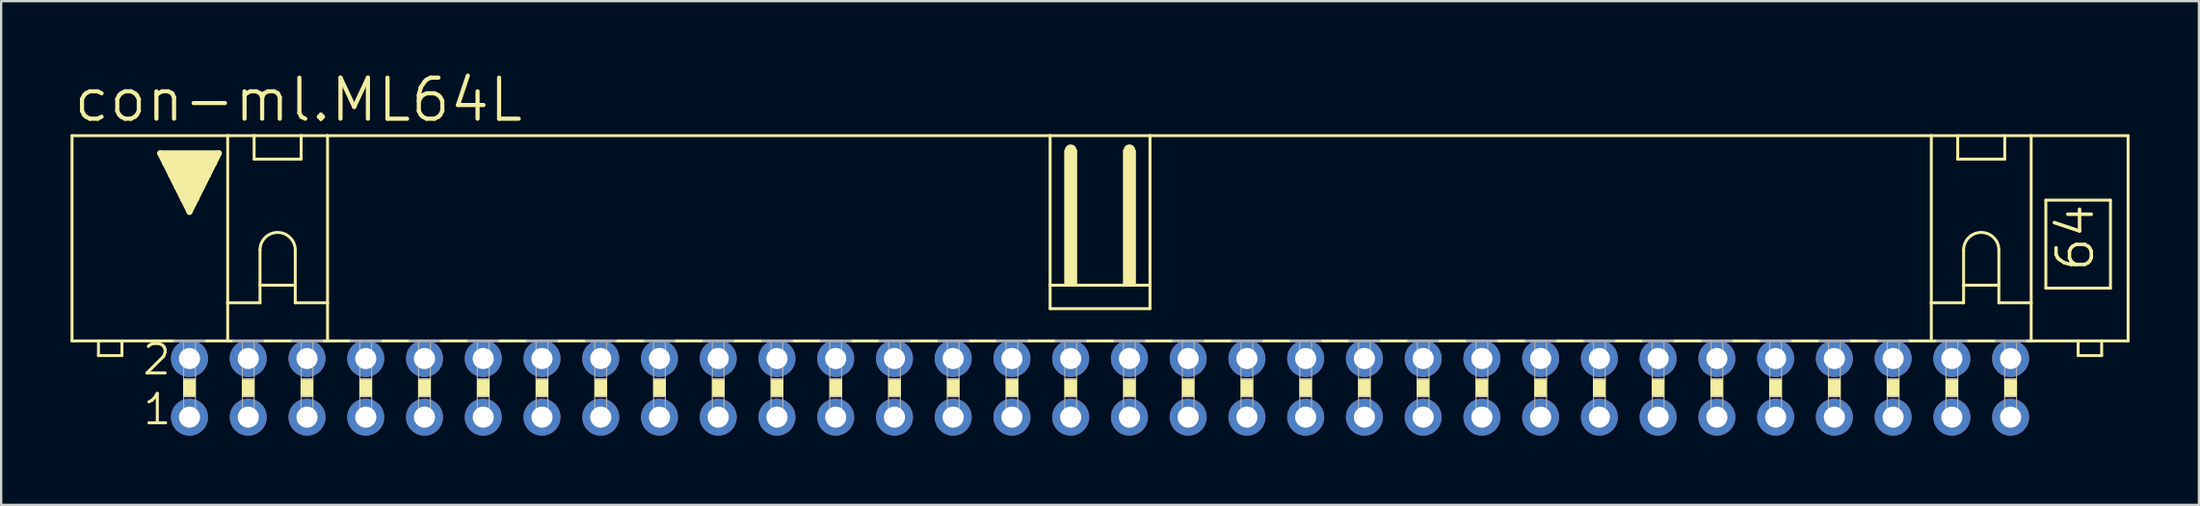
<source format=kicad_pcb>
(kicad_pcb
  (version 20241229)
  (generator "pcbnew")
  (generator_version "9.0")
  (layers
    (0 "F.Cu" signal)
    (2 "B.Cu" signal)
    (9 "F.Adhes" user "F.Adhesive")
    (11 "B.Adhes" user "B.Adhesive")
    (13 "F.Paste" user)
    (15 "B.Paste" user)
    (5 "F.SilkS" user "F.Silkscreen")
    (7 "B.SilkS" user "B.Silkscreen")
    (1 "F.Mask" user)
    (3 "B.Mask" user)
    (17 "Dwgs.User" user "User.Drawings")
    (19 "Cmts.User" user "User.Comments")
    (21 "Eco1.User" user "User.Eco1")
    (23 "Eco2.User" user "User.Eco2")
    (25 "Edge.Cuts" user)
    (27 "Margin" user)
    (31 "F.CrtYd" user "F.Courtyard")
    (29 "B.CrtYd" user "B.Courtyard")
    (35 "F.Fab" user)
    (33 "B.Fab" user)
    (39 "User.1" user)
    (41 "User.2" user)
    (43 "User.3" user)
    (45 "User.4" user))
  (footprint "con-ml.ML64L"
    (layer "F.Cu")
    (at 44.514 13.748)
    (property "Reference" "con-ml.ML64L" (at -44.475 -11.43 0) (layer "F.SilkS") (effects (font (size 1.778 1.778) (thickness 0.18)) (justify left bottom)))
    (attr through_hole)
    (fp_line (start -44.45 -2.032) (end -44.45 -10.922) (stroke (width 0.127) (type default)) (layer "F.SilkS"))
    (fp_line (start -44.45 -2.032) (end -43.307 -2.032) (stroke (width 0.127) (type default)) (layer "F.SilkS"))
    (fp_line (start -43.307 -2.032) (end -43.307 -1.397) (stroke (width 0.127) (type default)) (layer "F.SilkS"))
    (fp_line (start -43.307 -2.032) (end -42.291 -2.032) (stroke (width 0.127) (type default)) (layer "F.SilkS"))
    (fp_line (start -42.291 -2.032) (end -40.005 -2.032) (stroke (width 0.127) (type default)) (layer "F.SilkS"))
    (fp_line (start -42.291 -1.397) (end -43.307 -1.397) (stroke (width 0.127) (type default)) (layer "F.SilkS"))
    (fp_line (start -42.291 -1.397) (end -42.291 -2.032) (stroke (width 0.127) (type default)) (layer "F.SilkS"))
    (fp_line (start -40.64 -10.16) (end -38.1 -10.16) (stroke (width 0.254) (type default)) (layer "F.SilkS"))
    (fp_line (start -39.37 -7.62) (end -40.64 -10.16) (stroke (width 0.254) (type default)) (layer "F.SilkS"))
    (fp_line (start -38.735 -2.032) (end -37.719 -2.032) (stroke (width 0.127) (type default)) (layer "F.SilkS"))
    (fp_line (start -38.1 -10.16) (end -39.37 -7.62) (stroke (width 0.254) (type default)) (layer "F.SilkS"))
    (fp_line (start -37.719 -10.922) (end -44.45 -10.922) (stroke (width 0.127) (type default)) (layer "F.SilkS"))
    (fp_line (start -37.719 -10.922) (end -36.576 -10.922) (stroke (width 0.127) (type default)) (layer "F.SilkS"))
    (fp_line (start -37.719 -3.683) (end -37.719 -10.922) (stroke (width 0.127) (type default)) (layer "F.SilkS"))
    (fp_line (start -37.719 -3.683) (end -37.719 -2.032) (stroke (width 0.127) (type default)) (layer "F.SilkS"))
    (fp_line (start -37.719 -3.683) (end -36.322 -3.683) (stroke (width 0.127) (type default)) (layer "F.SilkS"))
    (fp_line (start -37.719 -2.032) (end -37.465 -2.032) (stroke (width 0.127) (type default)) (layer "F.SilkS"))
    (fp_line (start -36.576 -10.922) (end -34.544 -10.922) (stroke (width 0.127) (type default)) (layer "F.SilkS"))
    (fp_line (start -36.576 -9.906) (end -36.576 -10.922) (stroke (width 0.127) (type default)) (layer "F.SilkS"))
    (fp_line (start -36.576 -9.906) (end -34.544 -9.906) (stroke (width 0.127) (type default)) (layer "F.SilkS"))
    (fp_line (start -36.322 -5.969) (end -36.322 -4.445) (stroke (width 0.127) (type default)) (layer "F.SilkS"))
    (fp_line (start -36.322 -4.445) (end -36.322 -3.683) (stroke (width 0.127) (type default)) (layer "F.SilkS"))
    (fp_line (start -36.322 -4.445) (end -34.798 -4.445) (stroke (width 0.127) (type default)) (layer "F.SilkS"))
    (fp_line (start -36.195 -2.032) (end -34.925 -2.032) (stroke (width 0.127) (type default)) (layer "F.SilkS"))
    (fp_line (start -34.798 -5.969) (end -34.798 -4.445) (stroke (width 0.127) (type default)) (layer "F.SilkS"))
    (fp_line (start -34.798 -4.445) (end -34.798 -3.683) (stroke (width 0.127) (type default)) (layer "F.SilkS"))
    (fp_line (start -34.798 -3.683) (end -33.401 -3.683) (stroke (width 0.127) (type default)) (layer "F.SilkS"))
    (fp_line (start -34.544 -10.922) (end -34.544 -9.906) (stroke (width 0.127) (type default)) (layer "F.SilkS"))
    (fp_line (start -34.544 -10.922) (end -33.401 -10.922) (stroke (width 0.127) (type default)) (layer "F.SilkS"))
    (fp_line (start -33.401 -10.922) (end -2.159 -10.922) (stroke (width 0.127) (type default)) (layer "F.SilkS"))
    (fp_line (start -33.401 -3.683) (end -33.401 -10.922) (stroke (width 0.127) (type default)) (layer "F.SilkS"))
    (fp_line (start -33.401 -3.683) (end -33.401 -2.032) (stroke (width 0.127) (type default)) (layer "F.SilkS"))
    (fp_line (start -33.401 -2.032) (end -33.655 -2.032) (stroke (width 0.127) (type default)) (layer "F.SilkS"))
    (fp_line (start -33.401 -2.032) (end -32.385 -2.032) (stroke (width 0.127) (type default)) (layer "F.SilkS"))
    (fp_line (start -31.115 -2.032) (end -29.845 -2.032) (stroke (width 0.127) (type default)) (layer "F.SilkS"))
    (fp_line (start -28.575 -2.032) (end -27.305 -2.032) (stroke (width 0.127) (type default)) (layer "F.SilkS"))
    (fp_line (start -26.035 -2.032) (end -24.765 -2.032) (stroke (width 0.127) (type default)) (layer "F.SilkS"))
    (fp_line (start -23.495 -2.032) (end -22.225 -2.032) (stroke (width 0.127) (type default)) (layer "F.SilkS"))
    (fp_line (start -20.955 -2.032) (end -19.685 -2.032) (stroke (width 0.127) (type default)) (layer "F.SilkS"))
    (fp_line (start -18.415 -2.032) (end -17.145 -2.032) (stroke (width 0.127) (type default)) (layer "F.SilkS"))
    (fp_line (start -15.875 -2.032) (end -14.605 -2.032) (stroke (width 0.127) (type default)) (layer "F.SilkS"))
    (fp_line (start -13.335 -2.032) (end -12.065 -2.032) (stroke (width 0.127) (type default)) (layer "F.SilkS"))
    (fp_line (start -10.795 -2.032) (end -9.525 -2.032) (stroke (width 0.127) (type default)) (layer "F.SilkS"))
    (fp_line (start -8.255 -2.032) (end -6.985 -2.032) (stroke (width 0.127) (type default)) (layer "F.SilkS"))
    (fp_line (start -5.715 -2.032) (end -4.445 -2.032) (stroke (width 0.127) (type default)) (layer "F.SilkS"))
    (fp_line (start -3.175 -2.032) (end -1.905 -2.032) (stroke (width 0.127) (type default)) (layer "F.SilkS"))
    (fp_line (start -2.159 -10.922) (end -2.159 -4.445) (stroke (width 0.127) (type default)) (layer "F.SilkS"))
    (fp_line (start -2.159 -10.922) (end 2.159 -10.922) (stroke (width 0.127) (type default)) (layer "F.SilkS"))
    (fp_line (start -2.159 -4.445) (end -2.159 -3.429) (stroke (width 0.127) (type default)) (layer "F.SilkS"))
    (fp_line (start -1.27 -10.033) (end -1.27 -10.287) (stroke (width 0.508) (type default)) (layer "F.SilkS"))
    (fp_line (start -0.635 -2.032) (end 0.635 -2.032) (stroke (width 0.127) (type default)) (layer "F.SilkS"))
    (fp_line (start 1.27 -10.033) (end 1.27 -10.287) (stroke (width 0.508) (type default)) (layer "F.SilkS"))
    (fp_line (start 1.905 -2.032) (end 3.175 -2.032) (stroke (width 0.127) (type default)) (layer "F.SilkS"))
    (fp_line (start 2.159 -10.922) (end 2.159 -4.445) (stroke (width 0.127) (type default)) (layer "F.SilkS"))
    (fp_line (start 2.159 -10.922) (end 35.941 -10.922) (stroke (width 0.127) (type default)) (layer "F.SilkS"))
    (fp_line (start 2.159 -4.445) (end -2.159 -4.445) (stroke (width 0.127) (type default)) (layer "F.SilkS"))
    (fp_line (start 2.159 -4.445) (end 2.159 -3.429) (stroke (width 0.127) (type default)) (layer "F.SilkS"))
    (fp_line (start 2.159 -3.429) (end -2.159 -3.429) (stroke (width 0.127) (type default)) (layer "F.SilkS"))
    (fp_line (start 4.445 -2.032) (end 5.715 -2.032) (stroke (width 0.127) (type default)) (layer "F.SilkS"))
    (fp_line (start 6.985 -2.032) (end 8.255 -2.032) (stroke (width 0.127) (type default)) (layer "F.SilkS"))
    (fp_line (start 9.525 -2.032) (end 10.795 -2.032) (stroke (width 0.127) (type default)) (layer "F.SilkS"))
    (fp_line (start 12.065 -2.032) (end 13.335 -2.032) (stroke (width 0.127) (type default)) (layer "F.SilkS"))
    (fp_line (start 14.605 -2.032) (end 15.875 -2.032) (stroke (width 0.127) (type default)) (layer "F.SilkS"))
    (fp_line (start 17.145 -2.032) (end 18.415 -2.032) (stroke (width 0.127) (type default)) (layer "F.SilkS"))
    (fp_line (start 19.685 -2.032) (end 20.955 -2.032) (stroke (width 0.127) (type default)) (layer "F.SilkS"))
    (fp_line (start 22.225 -2.032) (end 23.495 -2.032) (stroke (width 0.127) (type default)) (layer "F.SilkS"))
    (fp_line (start 24.765 -2.032) (end 26.035 -2.032) (stroke (width 0.127) (type default)) (layer "F.SilkS"))
    (fp_line (start 27.305 -2.032) (end 28.575 -2.032) (stroke (width 0.127) (type default)) (layer "F.SilkS"))
    (fp_line (start 29.845 -2.032) (end 31.115 -2.032) (stroke (width 0.127) (type default)) (layer "F.SilkS"))
    (fp_line (start 32.385 -2.032) (end 33.655 -2.032) (stroke (width 0.127) (type default)) (layer "F.SilkS"))
    (fp_line (start 34.925 -2.032) (end 35.941 -2.032) (stroke (width 0.127) (type default)) (layer "F.SilkS"))
    (fp_line (start 35.941 -10.922) (end 44.45 -10.922) (stroke (width 0.127) (type default)) (layer "F.SilkS"))
    (fp_line (start 35.941 -3.683) (end 35.941 -10.922) (stroke (width 0.127) (type default)) (layer "F.SilkS"))
    (fp_line (start 35.941 -3.683) (end 35.941 -2.032) (stroke (width 0.127) (type default)) (layer "F.SilkS"))
    (fp_line (start 35.941 -3.683) (end 37.338 -3.683) (stroke (width 0.127) (type default)) (layer "F.SilkS"))
    (fp_line (start 35.941 -2.032) (end 36.195 -2.032) (stroke (width 0.127) (type default)) (layer "F.SilkS"))
    (fp_line (start 37.084 -9.906) (end 37.084 -10.922) (stroke (width 0.127) (type default)) (layer "F.SilkS"))
    (fp_line (start 37.084 -9.906) (end 39.116 -9.906) (stroke (width 0.127) (type default)) (layer "F.SilkS"))
    (fp_line (start 37.338 -5.969) (end 37.338 -4.445) (stroke (width 0.127) (type default)) (layer "F.SilkS"))
    (fp_line (start 37.338 -4.445) (end 37.338 -3.683) (stroke (width 0.127) (type default)) (layer "F.SilkS"))
    (fp_line (start 37.338 -4.445) (end 38.862 -4.445) (stroke (width 0.127) (type default)) (layer "F.SilkS"))
    (fp_line (start 37.465 -2.032) (end 38.735 -2.032) (stroke (width 0.127) (type default)) (layer "F.SilkS"))
    (fp_line (start 38.862 -5.969) (end 38.862 -4.445) (stroke (width 0.127) (type default)) (layer "F.SilkS"))
    (fp_line (start 38.862 -4.445) (end 38.862 -3.683) (stroke (width 0.127) (type default)) (layer "F.SilkS"))
    (fp_line (start 38.862 -3.683) (end 40.259 -3.683) (stroke (width 0.127) (type default)) (layer "F.SilkS"))
    (fp_line (start 39.116 -10.922) (end 39.116 -9.906) (stroke (width 0.127) (type default)) (layer "F.SilkS"))
    (fp_line (start 40.259 -3.683) (end 40.259 -10.922) (stroke (width 0.127) (type default)) (layer "F.SilkS"))
    (fp_line (start 40.259 -3.683) (end 40.259 -2.032) (stroke (width 0.127) (type default)) (layer "F.SilkS"))
    (fp_line (start 40.259 -2.032) (end 40.005 -2.032) (stroke (width 0.127) (type default)) (layer "F.SilkS"))
    (fp_line (start 40.894 -8.128) (end 40.894 -4.318) (stroke (width 0.127) (type default)) (layer "F.SilkS"))
    (fp_line (start 40.894 -8.128) (end 43.688 -8.128) (stroke (width 0.127) (type default)) (layer "F.SilkS"))
    (fp_line (start 40.894 -4.318) (end 43.688 -4.318) (stroke (width 0.127) (type default)) (layer "F.SilkS"))
    (fp_line (start 42.291 -2.032) (end 40.259 -2.032) (stroke (width 0.127) (type default)) (layer "F.SilkS"))
    (fp_line (start 42.291 -2.032) (end 42.291 -1.397) (stroke (width 0.127) (type default)) (layer "F.SilkS"))
    (fp_line (start 43.307 -2.032) (end 42.291 -2.032) (stroke (width 0.127) (type default)) (layer "F.SilkS"))
    (fp_line (start 43.307 -1.397) (end 42.291 -1.397) (stroke (width 0.127) (type default)) (layer "F.SilkS"))
    (fp_line (start 43.307 -1.397) (end 43.307 -2.032) (stroke (width 0.127) (type default)) (layer "F.SilkS"))
    (fp_line (start 43.688 -4.318) (end 43.688 -8.128) (stroke (width 0.127) (type default)) (layer "F.SilkS"))
    (fp_line (start 44.45 -2.032) (end 43.307 -2.032) (stroke (width 0.127) (type default)) (layer "F.SilkS"))
    (fp_line (start 44.45 -2.032) (end 44.45 -10.922) (stroke (width 0.127) (type default)) (layer "F.SilkS"))
    (fp_rect (start -40.513 -9.652) (end -38.227 -10.16) (stroke (width 0.05) (type default)) (fill yes) (layer "F.SilkS"))
    (fp_rect (start -40.259 -9.144) (end -38.481 -9.652) (stroke (width 0.05) (type default)) (fill yes) (layer "F.SilkS"))
    (fp_rect (start -40.005 -8.636) (end -38.735 -9.144) (stroke (width 0.05) (type default)) (fill yes) (layer "F.SilkS"))
    (fp_rect (start -39.751 -8.128) (end -38.989 -8.636) (stroke (width 0.05) (type default)) (fill yes) (layer "F.SilkS"))
    (fp_rect (start -39.624 0.381) (end -39.116 -0.381) (stroke (width 0.05) (type default)) (fill yes) (layer "F.SilkS"))
    (fp_rect (start -39.497 -7.874) (end -39.243 -8.128) (stroke (width 0.05) (type default)) (fill yes) (layer "F.SilkS"))
    (fp_rect (start -37.084 0.381) (end -36.576 -0.381) (stroke (width 0.05) (type default)) (fill yes) (layer "F.SilkS"))
    (fp_rect (start -34.544 0.381) (end -34.036 -0.381) (stroke (width 0.05) (type default)) (fill yes) (layer "F.SilkS"))
    (fp_rect (start -32.004 0.381) (end -31.496 -0.381) (stroke (width 0.05) (type default)) (fill yes) (layer "F.SilkS"))
    (fp_rect (start -29.464 0.381) (end -28.956 -0.381) (stroke (width 0.05) (type default)) (fill yes) (layer "F.SilkS"))
    (fp_rect (start -26.924 0.381) (end -26.416 -0.381) (stroke (width 0.05) (type default)) (fill yes) (layer "F.SilkS"))
    (fp_rect (start -24.384 0.381) (end -23.876 -0.381) (stroke (width 0.05) (type default)) (fill yes) (layer "F.SilkS"))
    (fp_rect (start -21.844 0.381) (end -21.336 -0.381) (stroke (width 0.05) (type default)) (fill yes) (layer "F.SilkS"))
    (fp_rect (start -19.304 0.381) (end -18.796 -0.381) (stroke (width 0.05) (type default)) (fill yes) (layer "F.SilkS"))
    (fp_rect (start -16.764 0.381) (end -16.256 -0.381) (stroke (width 0.05) (type default)) (fill yes) (layer "F.SilkS"))
    (fp_rect (start -14.224 0.381) (end -13.716 -0.381) (stroke (width 0.05) (type default)) (fill yes) (layer "F.SilkS"))
    (fp_rect (start -11.684 0.381) (end -11.176 -0.381) (stroke (width 0.05) (type default)) (fill yes) (layer "F.SilkS"))
    (fp_rect (start -9.144 0.381) (end -8.636 -0.381) (stroke (width 0.05) (type default)) (fill yes) (layer "F.SilkS"))
    (fp_rect (start -6.604 0.381) (end -6.096 -0.381) (stroke (width 0.05) (type default)) (fill yes) (layer "F.SilkS"))
    (fp_rect (start -4.064 0.381) (end -3.556 -0.381) (stroke (width 0.05) (type default)) (fill yes) (layer "F.SilkS"))
    (fp_rect (start -1.524 -4.445) (end -1.016 -10.287) (stroke (width 0.05) (type default)) (fill yes) (layer "F.SilkS"))
    (fp_rect (start -1.524 0.381) (end -1.016 -0.381) (stroke (width 0.05) (type default)) (fill yes) (layer "F.SilkS"))
    (fp_rect (start 1.016 -4.445) (end 1.524 -10.287) (stroke (width 0.05) (type default)) (fill yes) (layer "F.SilkS"))
    (fp_rect (start 1.016 0.381) (end 1.524 -0.381) (stroke (width 0.05) (type default)) (fill yes) (layer "F.SilkS"))
    (fp_rect (start 3.556 0.381) (end 4.064 -0.381) (stroke (width 0.05) (type default)) (fill yes) (layer "F.SilkS"))
    (fp_rect (start 6.096 0.381) (end 6.604 -0.381) (stroke (width 0.05) (type default)) (fill yes) (layer "F.SilkS"))
    (fp_rect (start 8.636 0.381) (end 9.144 -0.381) (stroke (width 0.05) (type default)) (fill yes) (layer "F.SilkS"))
    (fp_rect (start 11.176 0.381) (end 11.684 -0.381) (stroke (width 0.05) (type default)) (fill yes) (layer "F.SilkS"))
    (fp_rect (start 13.716 0.381) (end 14.224 -0.381) (stroke (width 0.05) (type default)) (fill yes) (layer "F.SilkS"))
    (fp_rect (start 16.256 0.381) (end 16.764 -0.381) (stroke (width 0.05) (type default)) (fill yes) (layer "F.SilkS"))
    (fp_rect (start 18.796 0.381) (end 19.304 -0.381) (stroke (width 0.05) (type default)) (fill yes) (layer "F.SilkS"))
    (fp_rect (start 21.336 0.381) (end 21.844 -0.381) (stroke (width 0.05) (type default)) (fill yes) (layer "F.SilkS"))
    (fp_rect (start 23.876 0.381) (end 24.384 -0.381) (stroke (width 0.05) (type default)) (fill yes) (layer "F.SilkS"))
    (fp_rect (start 26.416 0.381) (end 26.924 -0.381) (stroke (width 0.05) (type default)) (fill yes) (layer "F.SilkS"))
    (fp_rect (start 28.956 0.381) (end 29.464 -0.381) (stroke (width 0.05) (type default)) (fill yes) (layer "F.SilkS"))
    (fp_rect (start 31.496 0.381) (end 32.004 -0.381) (stroke (width 0.05) (type default)) (fill yes) (layer "F.SilkS"))
    (fp_rect (start 34.036 0.381) (end 34.544 -0.381) (stroke (width 0.05) (type default)) (fill yes) (layer "F.SilkS"))
    (fp_rect (start 36.576 0.381) (end 37.084 -0.381) (stroke (width 0.05) (type default)) (fill yes) (layer "F.SilkS"))
    (fp_rect (start 39.116 0.381) (end 39.624 -0.381) (stroke (width 0.05) (type default)) (fill yes) (layer "F.SilkS"))
    (fp_arc (start -36.322 -5.969) (mid -35.56 -6.731) (end -34.798 -5.969) (stroke (width 0.127) (type default)) (layer "F.SilkS"))
    (fp_arc (start 37.338 -5.969) (mid 38.1 -6.731) (end 38.862 -5.969) (stroke (width 0.127) (type default)) (layer "F.SilkS"))
    (fp_line (start -40.005 -2.032) (end -38.735 -2.032) (stroke (width 0.127) (type default)) (layer "F.Fab"))
    (fp_line (start -37.465 -2.032) (end -36.195 -2.032) (stroke (width 0.127) (type default)) (layer "F.Fab"))
    (fp_line (start -34.925 -2.032) (end -33.655 -2.032) (stroke (width 0.127) (type default)) (layer "F.Fab"))
    (fp_line (start -32.385 -2.032) (end -31.115 -2.032) (stroke (width 0.127) (type default)) (layer "F.Fab"))
    (fp_line (start -29.845 -2.032) (end -28.575 -2.032) (stroke (width 0.127) (type default)) (layer "F.Fab"))
    (fp_line (start -27.305 -2.032) (end -26.035 -2.032) (stroke (width 0.127) (type default)) (layer "F.Fab"))
    (fp_line (start -24.765 -2.032) (end -23.495 -2.032) (stroke (width 0.127) (type default)) (layer "F.Fab"))
    (fp_line (start -22.225 -2.032) (end -20.955 -2.032) (stroke (width 0.127) (type default)) (layer "F.Fab"))
    (fp_line (start -19.685 -2.032) (end -18.415 -2.032) (stroke (width 0.127) (type default)) (layer "F.Fab"))
    (fp_line (start -17.145 -2.032) (end -15.875 -2.032) (stroke (width 0.127) (type default)) (layer "F.Fab"))
    (fp_line (start -14.605 -2.032) (end -13.335 -2.032) (stroke (width 0.127) (type default)) (layer "F.Fab"))
    (fp_line (start -12.065 -2.032) (end -10.795 -2.032) (stroke (width 0.127) (type default)) (layer "F.Fab"))
    (fp_line (start -9.525 -2.032) (end -8.255 -2.032) (stroke (width 0.127) (type default)) (layer "F.Fab"))
    (fp_line (start -6.985 -2.032) (end -5.715 -2.032) (stroke (width 0.127) (type default)) (layer "F.Fab"))
    (fp_line (start -4.445 -2.032) (end -3.175 -2.032) (stroke (width 0.127) (type default)) (layer "F.Fab"))
    (fp_line (start -1.905 -2.032) (end -0.635 -2.032) (stroke (width 0.127) (type default)) (layer "F.Fab"))
    (fp_line (start 0.635 -2.032) (end 1.905 -2.032) (stroke (width 0.127) (type default)) (layer "F.Fab"))
    (fp_line (start 4.445 -2.032) (end 3.175 -2.032) (stroke (width 0.127) (type default)) (layer "F.Fab"))
    (fp_line (start 6.985 -2.032) (end 5.715 -2.032) (stroke (width 0.127) (type default)) (layer "F.Fab"))
    (fp_line (start 9.525 -2.032) (end 8.255 -2.032) (stroke (width 0.127) (type default)) (layer "F.Fab"))
    (fp_line (start 12.065 -2.032) (end 10.795 -2.032) (stroke (width 0.127) (type default)) (layer "F.Fab"))
    (fp_line (start 14.605 -2.032) (end 13.335 -2.032) (stroke (width 0.127) (type default)) (layer "F.Fab"))
    (fp_line (start 17.145 -2.032) (end 15.875 -2.032) (stroke (width 0.127) (type default)) (layer "F.Fab"))
    (fp_line (start 19.685 -2.032) (end 18.415 -2.032) (stroke (width 0.127) (type default)) (layer "F.Fab"))
    (fp_line (start 22.225 -2.032) (end 20.955 -2.032) (stroke (width 0.127) (type default)) (layer "F.Fab"))
    (fp_line (start 24.765 -2.032) (end 23.495 -2.032) (stroke (width 0.127) (type default)) (layer "F.Fab"))
    (fp_line (start 27.305 -2.032) (end 26.035 -2.032) (stroke (width 0.127) (type default)) (layer "F.Fab"))
    (fp_line (start 29.845 -2.032) (end 28.575 -2.032) (stroke (width 0.127) (type default)) (layer "F.Fab"))
    (fp_line (start 32.385 -2.032) (end 31.115 -2.032) (stroke (width 0.127) (type default)) (layer "F.Fab"))
    (fp_line (start 34.925 -2.032) (end 33.655 -2.032) (stroke (width 0.127) (type default)) (layer "F.Fab"))
    (fp_line (start 37.465 -2.032) (end 36.195 -2.032) (stroke (width 0.127) (type default)) (layer "F.Fab"))
    (fp_line (start 40.005 -2.032) (end 38.735 -2.032) (stroke (width 0.127) (type default)) (layer "F.Fab"))
    (fp_rect (start -39.624 -0.381) (end -39.116 -2.032) (stroke (width 0.05) (type default)) (fill no) (layer "F.Fab"))
    (fp_rect (start -39.624 1.524) (end -39.116 0.381) (stroke (width 0.05) (type default)) (fill no) (layer "F.Fab"))
    (fp_rect (start -37.084 -0.381) (end -36.576 -2.032) (stroke (width 0.05) (type default)) (fill no) (layer "F.Fab"))
    (fp_rect (start -37.084 1.524) (end -36.576 0.381) (stroke (width 0.05) (type default)) (fill no) (layer "F.Fab"))
    (fp_rect (start -34.544 -0.381) (end -34.036 -2.032) (stroke (width 0.05) (type default)) (fill no) (layer "F.Fab"))
    (fp_rect (start -34.544 1.524) (end -34.036 0.381) (stroke (width 0.05) (type default)) (fill no) (layer "F.Fab"))
    (fp_rect (start -32.004 -0.381) (end -31.496 -2.032) (stroke (width 0.05) (type default)) (fill no) (layer "F.Fab"))
    (fp_rect (start -32.004 1.524) (end -31.496 0.381) (stroke (width 0.05) (type default)) (fill no) (layer "F.Fab"))
    (fp_rect (start -29.464 -0.381) (end -28.956 -2.032) (stroke (width 0.05) (type default)) (fill no) (layer "F.Fab"))
    (fp_rect (start -29.464 1.524) (end -28.956 0.381) (stroke (width 0.05) (type default)) (fill no) (layer "F.Fab"))
    (fp_rect (start -26.924 -0.381) (end -26.416 -2.032) (stroke (width 0.05) (type default)) (fill no) (layer "F.Fab"))
    (fp_rect (start -26.924 1.524) (end -26.416 0.381) (stroke (width 0.05) (type default)) (fill no) (layer "F.Fab"))
    (fp_rect (start -24.384 -0.381) (end -23.876 -2.032) (stroke (width 0.05) (type default)) (fill no) (layer "F.Fab"))
    (fp_rect (start -24.384 1.524) (end -23.876 0.381) (stroke (width 0.05) (type default)) (fill no) (layer "F.Fab"))
    (fp_rect (start -21.844 -0.381) (end -21.336 -2.032) (stroke (width 0.05) (type default)) (fill no) (layer "F.Fab"))
    (fp_rect (start -21.844 1.524) (end -21.336 0.381) (stroke (width 0.05) (type default)) (fill no) (layer "F.Fab"))
    (fp_rect (start -19.304 -0.381) (end -18.796 -2.032) (stroke (width 0.05) (type default)) (fill no) (layer "F.Fab"))
    (fp_rect (start -19.304 1.524) (end -18.796 0.381) (stroke (width 0.05) (type default)) (fill no) (layer "F.Fab"))
    (fp_rect (start -16.764 -0.381) (end -16.256 -2.032) (stroke (width 0.05) (type default)) (fill no) (layer "F.Fab"))
    (fp_rect (start -16.764 1.524) (end -16.256 0.381) (stroke (width 0.05) (type default)) (fill no) (layer "F.Fab"))
    (fp_rect (start -14.224 -0.381) (end -13.716 -2.032) (stroke (width 0.05) (type default)) (fill no) (layer "F.Fab"))
    (fp_rect (start -14.224 1.524) (end -13.716 0.381) (stroke (width 0.05) (type default)) (fill no) (layer "F.Fab"))
    (fp_rect (start -11.684 -0.381) (end -11.176 -2.032) (stroke (width 0.05) (type default)) (fill no) (layer "F.Fab"))
    (fp_rect (start -11.684 1.524) (end -11.176 0.381) (stroke (width 0.05) (type default)) (fill no) (layer "F.Fab"))
    (fp_rect (start -9.144 -0.381) (end -8.636 -2.032) (stroke (width 0.05) (type default)) (fill no) (layer "F.Fab"))
    (fp_rect (start -9.144 1.524) (end -8.636 0.381) (stroke (width 0.05) (type default)) (fill no) (layer "F.Fab"))
    (fp_rect (start -6.604 -0.381) (end -6.096 -2.032) (stroke (width 0.05) (type default)) (fill no) (layer "F.Fab"))
    (fp_rect (start -6.604 1.524) (end -6.096 0.381) (stroke (width 0.05) (type default)) (fill no) (layer "F.Fab"))
    (fp_rect (start -4.064 -0.381) (end -3.556 -2.032) (stroke (width 0.05) (type default)) (fill no) (layer "F.Fab"))
    (fp_rect (start -4.064 1.524) (end -3.556 0.381) (stroke (width 0.05) (type default)) (fill no) (layer "F.Fab"))
    (fp_rect (start -1.524 -0.381) (end -1.016 -2.032) (stroke (width 0.05) (type default)) (fill no) (layer "F.Fab"))
    (fp_rect (start -1.524 1.524) (end -1.016 0.381) (stroke (width 0.05) (type default)) (fill no) (layer "F.Fab"))
    (fp_rect (start 1.016 -0.381) (end 1.524 -2.032) (stroke (width 0.05) (type default)) (fill no) (layer "F.Fab"))
    (fp_rect (start 1.016 1.524) (end 1.524 0.381) (stroke (width 0.05) (type default)) (fill no) (layer "F.Fab"))
    (fp_rect (start 3.556 -0.381) (end 4.064 -2.032) (stroke (width 0.05) (type default)) (fill no) (layer "F.Fab"))
    (fp_rect (start 3.556 1.524) (end 4.064 0.381) (stroke (width 0.05) (type default)) (fill no) (layer "F.Fab"))
    (fp_rect (start 6.096 -0.381) (end 6.604 -2.032) (stroke (width 0.05) (type default)) (fill no) (layer "F.Fab"))
    (fp_rect (start 6.096 1.524) (end 6.604 0.381) (stroke (width 0.05) (type default)) (fill no) (layer "F.Fab"))
    (fp_rect (start 8.636 -0.381) (end 9.144 -2.032) (stroke (width 0.05) (type default)) (fill no) (layer "F.Fab"))
    (fp_rect (start 8.636 1.524) (end 9.144 0.381) (stroke (width 0.05) (type default)) (fill no) (layer "F.Fab"))
    (fp_rect (start 11.176 -0.381) (end 11.684 -2.032) (stroke (width 0.05) (type default)) (fill no) (layer "F.Fab"))
    (fp_rect (start 11.176 1.524) (end 11.684 0.381) (stroke (width 0.05) (type default)) (fill no) (layer "F.Fab"))
    (fp_rect (start 13.716 -0.381) (end 14.224 -2.032) (stroke (width 0.05) (type default)) (fill no) (layer "F.Fab"))
    (fp_rect (start 13.716 1.524) (end 14.224 0.381) (stroke (width 0.05) (type default)) (fill no) (layer "F.Fab"))
    (fp_rect (start 16.256 -0.381) (end 16.764 -2.032) (stroke (width 0.05) (type default)) (fill no) (layer "F.Fab"))
    (fp_rect (start 16.256 1.524) (end 16.764 0.381) (stroke (width 0.05) (type default)) (fill no) (layer "F.Fab"))
    (fp_rect (start 18.796 -0.381) (end 19.304 -2.032) (stroke (width 0.05) (type default)) (fill no) (layer "F.Fab"))
    (fp_rect (start 18.796 1.524) (end 19.304 0.381) (stroke (width 0.05) (type default)) (fill no) (layer "F.Fab"))
    (fp_rect (start 21.336 -0.381) (end 21.844 -2.032) (stroke (width 0.05) (type default)) (fill no) (layer "F.Fab"))
    (fp_rect (start 21.336 1.524) (end 21.844 0.381) (stroke (width 0.05) (type default)) (fill no) (layer "F.Fab"))
    (fp_rect (start 23.876 -0.381) (end 24.384 -2.032) (stroke (width 0.05) (type default)) (fill no) (layer "F.Fab"))
    (fp_rect (start 23.876 1.524) (end 24.384 0.381) (stroke (width 0.05) (type default)) (fill no) (layer "F.Fab"))
    (fp_rect (start 26.416 -0.381) (end 26.924 -2.032) (stroke (width 0.05) (type default)) (fill no) (layer "F.Fab"))
    (fp_rect (start 26.416 1.524) (end 26.924 0.381) (stroke (width 0.05) (type default)) (fill no) (layer "F.Fab"))
    (fp_rect (start 28.956 -0.381) (end 29.464 -2.032) (stroke (width 0.05) (type default)) (fill no) (layer "F.Fab"))
    (fp_rect (start 28.956 1.524) (end 29.464 0.381) (stroke (width 0.05) (type default)) (fill no) (layer "F.Fab"))
    (fp_rect (start 31.496 -0.381) (end 32.004 -2.032) (stroke (width 0.05) (type default)) (fill no) (layer "F.Fab"))
    (fp_rect (start 31.496 1.524) (end 32.004 0.381) (stroke (width 0.05) (type default)) (fill no) (layer "F.Fab"))
    (fp_rect (start 34.036 -0.381) (end 34.544 -2.032) (stroke (width 0.05) (type default)) (fill no) (layer "F.Fab"))
    (fp_rect (start 34.036 1.524) (end 34.544 0.381) (stroke (width 0.05) (type default)) (fill no) (layer "F.Fab"))
    (fp_rect (start 36.576 -0.381) (end 37.084 -2.032) (stroke (width 0.05) (type default)) (fill no) (layer "F.Fab"))
    (fp_rect (start 36.576 1.524) (end 37.084 0.381) (stroke (width 0.05) (type default)) (fill no) (layer "F.Fab"))
    (fp_rect (start 39.116 -0.381) (end 39.624 -2.032) (stroke (width 0.05) (type default)) (fill no) (layer "F.Fab"))
    (fp_rect (start 39.116 1.524) (end 39.624 0.381) (stroke (width 0.05) (type default)) (fill no) (layer "F.Fab"))
    (fp_text user "64" (at 43.053 -4.953 90) (layer "F.SilkS") (effects (font (size 1.524 1.524) (thickness 0.15)) (justify left bottom)))
    (fp_text user "1" (at -41.453 1.676 0) (layer "F.SilkS") (effects (font (size 1.27 1.27) (thickness 0.13)) (justify left bottom)))
    (fp_text user "2" (at -41.478 -0.483 0) (layer "F.SilkS") (effects (font (size 1.27 1.27) (thickness 0.13)) (justify left bottom)))
    (pad "1" thru_hole circle (at -39.37 1.27) (size 1.6 1.6) (drill 0.914) (layers "*.Cu" "*.Mask"))
    (pad "2" thru_hole circle (at -39.37 -1.27) (size 1.6 1.6) (drill 0.914) (layers "*.Cu" "*.Mask"))
    (pad "3" thru_hole circle (at -36.83 1.27) (size 1.6 1.6) (drill 0.914) (layers "*.Cu" "*.Mask"))
    (pad "4" thru_hole circle (at -36.83 -1.27) (size 1.6 1.6) (drill 0.914) (layers "*.Cu" "*.Mask"))
    (pad "5" thru_hole circle (at -34.29 1.27) (size 1.6 1.6) (drill 0.914) (layers "*.Cu" "*.Mask"))
    (pad "6" thru_hole circle (at -34.29 -1.27) (size 1.6 1.6) (drill 0.914) (layers "*.Cu" "*.Mask"))
    (pad "7" thru_hole circle (at -31.75 1.27) (size 1.6 1.6) (drill 0.914) (layers "*.Cu" "*.Mask"))
    (pad "8" thru_hole circle (at -31.75 -1.27) (size 1.6 1.6) (drill 0.914) (layers "*.Cu" "*.Mask"))
    (pad "9" thru_hole circle (at -29.21 1.27) (size 1.6 1.6) (drill 0.914) (layers "*.Cu" "*.Mask"))
    (pad "10" thru_hole circle (at -29.21 -1.27) (size 1.6 1.6) (drill 0.914) (layers "*.Cu" "*.Mask"))
    (pad "11" thru_hole circle (at -26.67 1.27) (size 1.6 1.6) (drill 0.914) (layers "*.Cu" "*.Mask"))
    (pad "12" thru_hole circle (at -26.67 -1.27) (size 1.6 1.6) (drill 0.914) (layers "*.Cu" "*.Mask"))
    (pad "13" thru_hole circle (at -24.13 1.27) (size 1.6 1.6) (drill 0.914) (layers "*.Cu" "*.Mask"))
    (pad "14" thru_hole circle (at -24.13 -1.27) (size 1.6 1.6) (drill 0.914) (layers "*.Cu" "*.Mask"))
    (pad "15" thru_hole circle (at -21.59 1.27) (size 1.6 1.6) (drill 0.914) (layers "*.Cu" "*.Mask"))
    (pad "16" thru_hole circle (at -21.59 -1.27) (size 1.6 1.6) (drill 0.914) (layers "*.Cu" "*.Mask"))
    (pad "17" thru_hole circle (at -19.05 1.27) (size 1.6 1.6) (drill 0.914) (layers "*.Cu" "*.Mask"))
    (pad "18" thru_hole circle (at -19.05 -1.27) (size 1.6 1.6) (drill 0.914) (layers "*.Cu" "*.Mask"))
    (pad "19" thru_hole circle (at -16.51 1.27) (size 1.6 1.6) (drill 0.914) (layers "*.Cu" "*.Mask"))
    (pad "20" thru_hole circle (at -16.51 -1.27) (size 1.6 1.6) (drill 0.914) (layers "*.Cu" "*.Mask"))
    (pad "21" thru_hole circle (at -13.97 1.27) (size 1.6 1.6) (drill 0.914) (layers "*.Cu" "*.Mask"))
    (pad "22" thru_hole circle (at -13.97 -1.27) (size 1.6 1.6) (drill 0.914) (layers "*.Cu" "*.Mask"))
    (pad "23" thru_hole circle (at -11.43 1.27) (size 1.6 1.6) (drill 0.914) (layers "*.Cu" "*.Mask"))
    (pad "24" thru_hole circle (at -11.43 -1.27) (size 1.6 1.6) (drill 0.914) (layers "*.Cu" "*.Mask"))
    (pad "25" thru_hole circle (at -8.89 1.27) (size 1.6 1.6) (drill 0.914) (layers "*.Cu" "*.Mask"))
    (pad "26" thru_hole circle (at -8.89 -1.27) (size 1.6 1.6) (drill 0.914) (layers "*.Cu" "*.Mask"))
    (pad "27" thru_hole circle (at -6.35 1.27) (size 1.6 1.6) (drill 0.914) (layers "*.Cu" "*.Mask"))
    (pad "28" thru_hole circle (at -6.35 -1.27) (size 1.6 1.6) (drill 0.914) (layers "*.Cu" "*.Mask"))
    (pad "29" thru_hole circle (at -3.81 1.27) (size 1.6 1.6) (drill 0.914) (layers "*.Cu" "*.Mask"))
    (pad "30" thru_hole circle (at -3.81 -1.27) (size 1.6 1.6) (drill 0.914) (layers "*.Cu" "*.Mask"))
    (pad "31" thru_hole circle (at -1.27 1.27) (size 1.6 1.6) (drill 0.914) (layers "*.Cu" "*.Mask"))
    (pad "32" thru_hole circle (at -1.27 -1.27) (size 1.6 1.6) (drill 0.914) (layers "*.Cu" "*.Mask"))
    (pad "33" thru_hole circle (at 1.27 1.27) (size 1.6 1.6) (drill 0.914) (layers "*.Cu" "*.Mask"))
    (pad "34" thru_hole circle (at 1.27 -1.27) (size 1.6 1.6) (drill 0.914) (layers "*.Cu" "*.Mask"))
    (pad "35" thru_hole circle (at 3.81 1.27) (size 1.6 1.6) (drill 0.914) (layers "*.Cu" "*.Mask"))
    (pad "36" thru_hole circle (at 3.81 -1.27) (size 1.6 1.6) (drill 0.914) (layers "*.Cu" "*.Mask"))
    (pad "37" thru_hole circle (at 6.35 1.27) (size 1.6 1.6) (drill 0.914) (layers "*.Cu" "*.Mask"))
    (pad "38" thru_hole circle (at 6.35 -1.27) (size 1.6 1.6) (drill 0.914) (layers "*.Cu" "*.Mask"))
    (pad "39" thru_hole circle (at 8.89 1.27) (size 1.6 1.6) (drill 0.914) (layers "*.Cu" "*.Mask"))
    (pad "40" thru_hole circle (at 8.89 -1.27) (size 1.6 1.6) (drill 0.914) (layers "*.Cu" "*.Mask"))
    (pad "41" thru_hole circle (at 11.43 1.27) (size 1.6 1.6) (drill 0.914) (layers "*.Cu" "*.Mask"))
    (pad "42" thru_hole circle (at 11.43 -1.27) (size 1.6 1.6) (drill 0.914) (layers "*.Cu" "*.Mask"))
    (pad "43" thru_hole circle (at 13.97 1.27) (size 1.6 1.6) (drill 0.914) (layers "*.Cu" "*.Mask"))
    (pad "44" thru_hole circle (at 13.97 -1.27) (size 1.6 1.6) (drill 0.914) (layers "*.Cu" "*.Mask"))
    (pad "45" thru_hole circle (at 16.51 1.27) (size 1.6 1.6) (drill 0.914) (layers "*.Cu" "*.Mask"))
    (pad "46" thru_hole circle (at 16.51 -1.27) (size 1.6 1.6) (drill 0.914) (layers "*.Cu" "*.Mask"))
    (pad "47" thru_hole circle (at 19.05 1.27) (size 1.6 1.6) (drill 0.914) (layers "*.Cu" "*.Mask"))
    (pad "48" thru_hole circle (at 19.05 -1.27) (size 1.6 1.6) (drill 0.914) (layers "*.Cu" "*.Mask"))
    (pad "49" thru_hole circle (at 21.59 1.27) (size 1.6 1.6) (drill 0.914) (layers "*.Cu" "*.Mask"))
    (pad "50" thru_hole circle (at 21.59 -1.27) (size 1.6 1.6) (drill 0.914) (layers "*.Cu" "*.Mask"))
    (pad "51" thru_hole circle (at 24.13 1.27) (size 1.6 1.6) (drill 0.914) (layers "*.Cu" "*.Mask"))
    (pad "52" thru_hole circle (at 24.13 -1.27) (size 1.6 1.6) (drill 0.914) (layers "*.Cu" "*.Mask"))
    (pad "53" thru_hole circle (at 26.67 1.27) (size 1.6 1.6) (drill 0.914) (layers "*.Cu" "*.Mask"))
    (pad "54" thru_hole circle (at 26.67 -1.27) (size 1.6 1.6) (drill 0.914) (layers "*.Cu" "*.Mask"))
    (pad "55" thru_hole circle (at 29.21 1.27) (size 1.6 1.6) (drill 0.914) (layers "*.Cu" "*.Mask"))
    (pad "56" thru_hole circle (at 29.21 -1.27) (size 1.6 1.6) (drill 0.914) (layers "*.Cu" "*.Mask"))
    (pad "57" thru_hole circle (at 31.75 1.27) (size 1.6 1.6) (drill 0.914) (layers "*.Cu" "*.Mask"))
    (pad "58" thru_hole circle (at 31.75 -1.27) (size 1.6 1.6) (drill 0.914) (layers "*.Cu" "*.Mask"))
    (pad "59" thru_hole circle (at 34.29 1.27) (size 1.6 1.6) (drill 0.914) (layers "*.Cu" "*.Mask"))
    (pad "60" thru_hole circle (at 34.29 -1.27) (size 1.6 1.6) (drill 0.914) (layers "*.Cu" "*.Mask"))
    (pad "61" thru_hole circle (at 36.83 1.27) (size 1.6 1.6) (drill 0.914) (layers "*.Cu" "*.Mask"))
    (pad "62" thru_hole circle (at 36.83 -1.27) (size 1.6 1.6) (drill 0.914) (layers "*.Cu" "*.Mask"))
    (pad "63" thru_hole circle (at 39.37 1.27) (size 1.6 1.6) (drill 0.914) (layers "*.Cu" "*.Mask"))
    (pad "64" thru_hole circle (at 39.37 -1.27) (size 1.6 1.6) (drill 0.914) (layers "*.Cu" "*.Mask")))
  (gr_rect
    (start -3 -3)
    (end 92.027 18.818)
    (stroke (width 0.1) (type default))
    (fill no)
    (layer "Edge.Cuts")))
</source>
